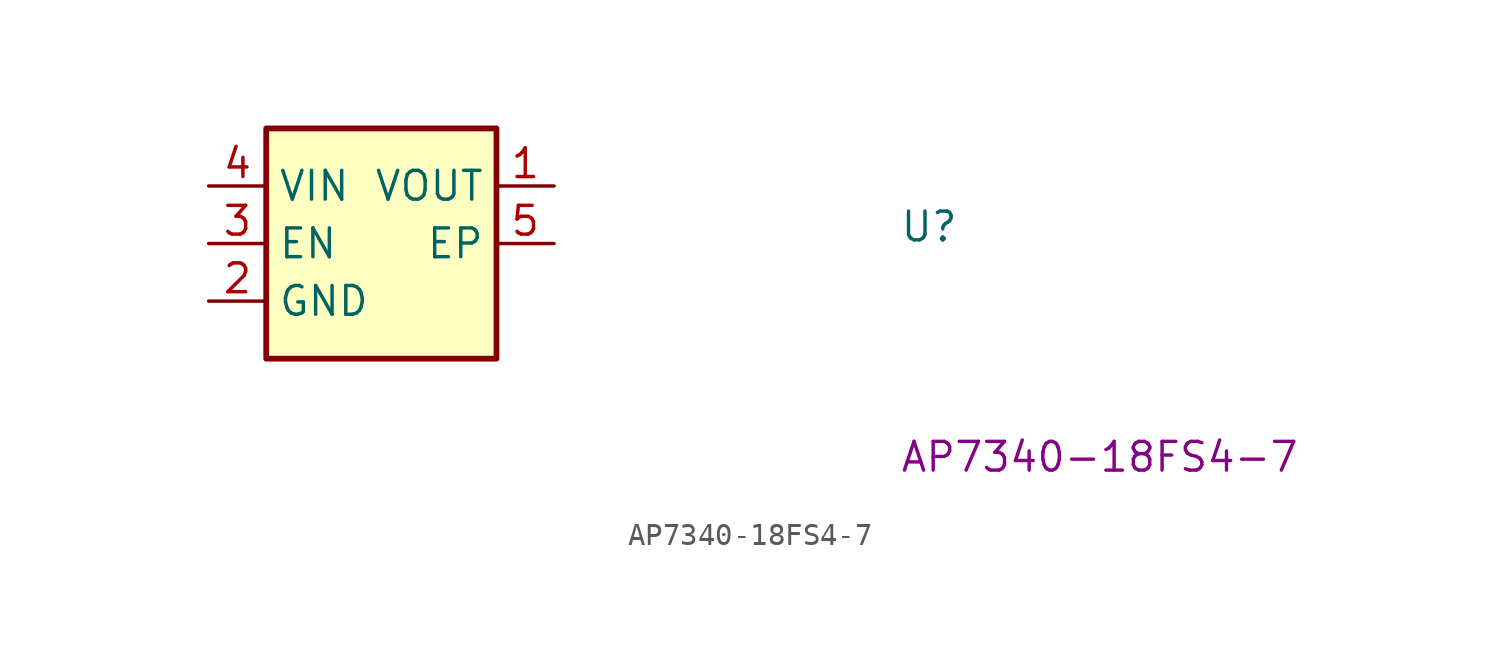
<source format=kicad_sym>
(kicad_symbol_lib
  (version 20220914)
  (generator kicad_symbol_editor)
  (symbol "AP7340-18FS4-7"
    (property "Reference" "U"
      (at 30.48 -2.54 0)
      (effects (font (size 1.27 1.27) (thickness 0.15)) (justify left bottom)))
    (property "MPN" "AP7340-18FS4-7"
      (at 30.48 -12.7 0)
      (effects (font (size 1.27 1.27) (thickness 0.15)) (justify left bottom)))
    (symbol "AP7340-18FS4-7_1_1"
      (rectangle (start 2.54 2.54) (end 12.7 -7.62) (stroke (width 0.254) (type default)) (fill (type background)))
      (pin power_out line (at 15.24 0 180) (length 2.54) (name "VOUT" (effects (font (size 1.27 1.27)))) (number "1" (effects (font (size 1.27 1.27)))))
      (pin power_in line (at 0 -5.08 0) (length 2.54) (name "GND" (effects (font (size 1.27 1.27)))) (number "2" (effects (font (size 1.27 1.27)))))
      (pin input line (at 0 -2.54 0) (length 2.54) (name "EN" (effects (font (size 1.27 1.27)))) (number "3" (effects (font (size 1.27 1.27)))))
      (pin power_in line (at 0 0 0) (length 2.54) (name "VIN" (effects (font (size 1.27 1.27)))) (number "4" (effects (font (size 1.27 1.27)))))
      (pin passive line (at 15.24 -2.54 180) (length 2.54) (name "EP" (effects (font (size 1.27 1.27)))) (number "5" (effects (font (size 1.27 1.27))))))))
</source>
